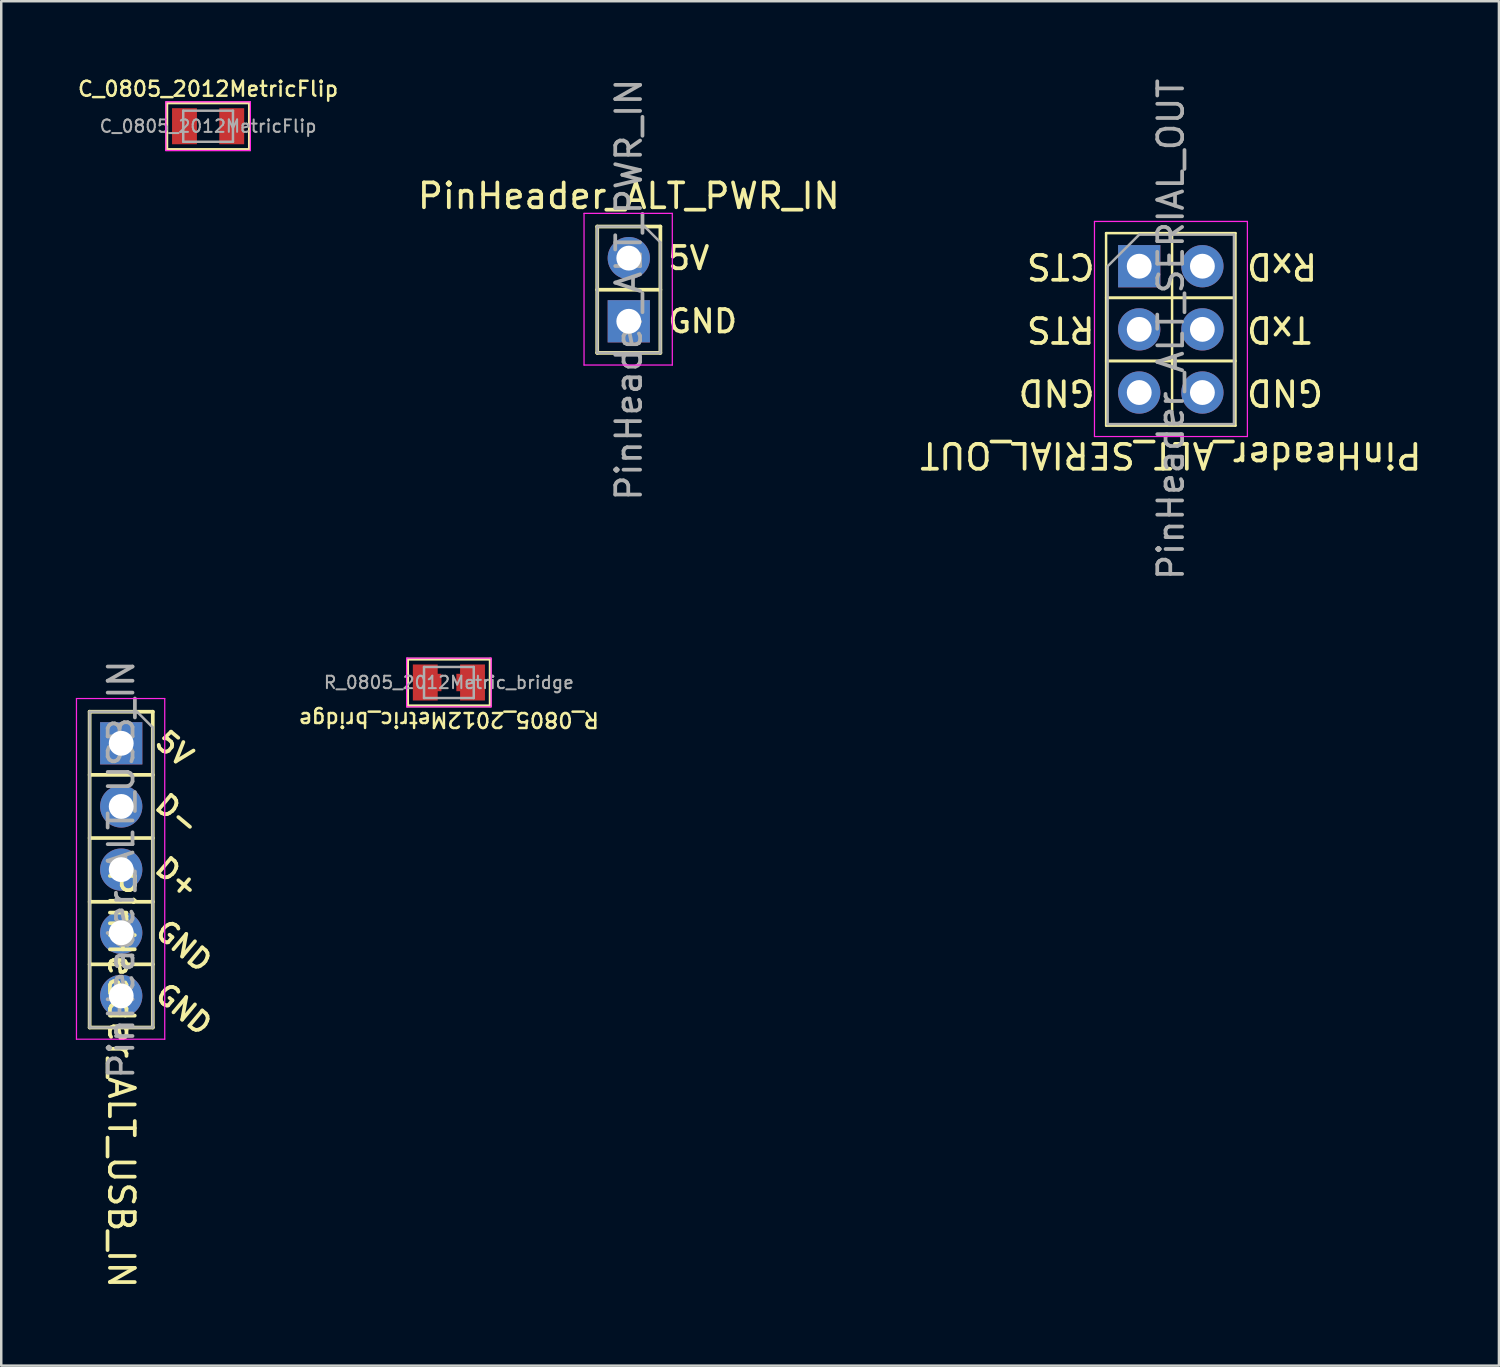
<source format=kicad_pcb>
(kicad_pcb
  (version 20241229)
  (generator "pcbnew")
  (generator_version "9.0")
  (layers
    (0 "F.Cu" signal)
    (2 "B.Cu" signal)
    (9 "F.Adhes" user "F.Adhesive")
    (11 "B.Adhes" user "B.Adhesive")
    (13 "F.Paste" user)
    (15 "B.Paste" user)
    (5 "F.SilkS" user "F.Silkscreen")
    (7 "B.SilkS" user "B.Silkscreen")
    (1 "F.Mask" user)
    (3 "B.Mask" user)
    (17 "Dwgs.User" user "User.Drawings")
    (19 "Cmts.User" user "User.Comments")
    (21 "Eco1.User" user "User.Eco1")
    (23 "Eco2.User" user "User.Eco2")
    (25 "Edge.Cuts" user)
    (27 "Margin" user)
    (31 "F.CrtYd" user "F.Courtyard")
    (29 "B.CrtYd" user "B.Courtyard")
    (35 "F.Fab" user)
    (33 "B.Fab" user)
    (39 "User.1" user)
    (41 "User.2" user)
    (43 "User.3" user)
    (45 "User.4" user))
  (footprint "PinHeader_ALT_SERIAL_OUT"
    (layer "F.Cu")
    (at 42.766 7.656)
    (property "Reference" "PinHeader_ALT_SERIAL_OUT" (at 1.27 7.6 180) (unlocked yes) (layer "F.SilkS") (effects (font (size 1 1) (thickness 0.15))))
    (attr through_hole)
    (fp_line (start -1.333 -1.33) (end -1.33 6.41) (stroke (width 0.1) (type solid)) (layer "F.SilkS"))
    (fp_line (start -1.333 -1.33) (end 3.87 -1.33) (stroke (width 0.1) (type solid)) (layer "F.SilkS"))
    (fp_line (start -1.33 6.41) (end 3.87 6.41) (stroke (width 0.1) (type solid)) (layer "F.SilkS"))
    (fp_line (start -1.321 1.27) (end 3.81 1.27) (stroke (width 0.12) (type solid)) (layer "F.SilkS"))
    (fp_line (start -1.321 3.81) (end 3.861 3.81) (stroke (width 0.12) (type solid)) (layer "F.SilkS"))
    (fp_line (start 1.321 -1.321) (end 1.321 6.35) (stroke (width 0.1) (type solid)) (layer "F.SilkS"))
    (fp_line (start 3.87 -1.33) (end 3.87 6.41) (stroke (width 0.1) (type solid)) (layer "F.SilkS"))
    (fp_line (start -1.8 -1.8) (end -1.8 6.85) (stroke (width 0.05) (type solid)) (layer "F.CrtYd"))
    (fp_line (start -1.8 6.85) (end 4.35 6.85) (stroke (width 0.05) (type solid)) (layer "F.CrtYd"))
    (fp_line (start 4.35 -1.8) (end -1.8 -1.8) (stroke (width 0.05) (type solid)) (layer "F.CrtYd"))
    (fp_line (start 4.35 6.85) (end 4.35 -1.8) (stroke (width 0.05) (type solid)) (layer "F.CrtYd"))
    (fp_line (start -1.27 0) (end 0 -1.27) (stroke (width 0.1) (type solid)) (layer "F.Fab"))
    (fp_line (start -1.27 6.35) (end -1.27 0) (stroke (width 0.1) (type solid)) (layer "F.Fab"))
    (fp_line (start 0 -1.27) (end 3.81 -1.27) (stroke (width 0.1) (type solid)) (layer "F.Fab"))
    (fp_line (start 3.81 -1.27) (end 3.81 6.35) (stroke (width 0.1) (type solid)) (layer "F.Fab"))
    (fp_line (start 3.81 6.35) (end -1.27 6.35) (stroke (width 0.1) (type solid)) (layer "F.Fab"))
    (fp_text user "RTS" (at -1.7 2.54 180) (unlocked yes) (layer "F.SilkS") (effects (font (size 1 1) (thickness 0.15)) (justify left)))
    (fp_text user "GND" (at -1.7 5.08 180) (unlocked yes) (layer "F.SilkS") (effects (font (size 1 1) (thickness 0.15)) (justify left)))
    (fp_text user "RxD" (at 4.24 0 180) (unlocked yes) (layer "F.SilkS") (effects (font (size 1 1) (thickness 0.15)) (justify right)))
    (fp_text user "TxD" (at 4.24 2.54 180) (unlocked yes) (layer "F.SilkS") (effects (font (size 1 1) (thickness 0.15)) (justify right)))
    (fp_text user "GND" (at 4.24 5.08 180) (unlocked yes) (layer "F.SilkS") (effects (font (size 1 1) (thickness 0.15)) (justify right)))
    (fp_text user "CTS" (at -1.7 0 180) (unlocked yes) (layer "F.SilkS") (effects (font (size 1 1) (thickness 0.15)) (justify left)))
    (fp_text user "${REFERENCE}" (at 1.27 2.54 90) (layer "F.Fab") (effects (font (size 1 1) (thickness 0.15))))
    (pad "1" thru_hole rect (at 0 0) (size 1.7 1.7) (drill 1) (layers "*.Cu" "*.Mask"))
    (pad "2" thru_hole oval (at 2.54 0) (size 1.7 1.7) (drill 1) (layers "*.Cu" "*.Mask"))
    (pad "3" thru_hole oval (at 0 2.54) (size 1.7 1.7) (drill 1) (layers "*.Cu" "*.Mask"))
    (pad "4" thru_hole oval (at 2.54 2.54) (size 1.7 1.7) (drill 1) (layers "*.Cu" "*.Mask"))
    (pad "5" thru_hole oval (at 0 5.08) (size 1.7 1.7) (drill 1) (layers "*.Cu" "*.Mask"))
    (pad "6" thru_hole oval (at 2.54 5.08) (size 1.7 1.7) (drill 1) (layers "*.Cu" "*.Mask")))
  (footprint "PinHeader_ALT_PWR_IN"
    (layer "F.Cu")
    (at 22.238 7.331)
    (property "Reference" "PinHeader_ALT_PWR_IN" (at 0 -2.5 0) (unlocked yes) (layer "F.SilkS") (effects (font (size 1 1) (thickness 0.15))))
    (attr through_hole)
    (fp_line (start -1.27 -1.27) (end -1.27 3.81) (stroke (width 0.15) (type solid)) (layer "F.SilkS"))
    (fp_line (start -1.27 -1.27) (end 1.27 -1.27) (stroke (width 0.15) (type solid)) (layer "F.SilkS"))
    (fp_line (start -1.27 1.27) (end 1.27 1.27) (stroke (width 0.15) (type solid)) (layer "F.SilkS"))
    (fp_line (start -1.27 3.81) (end 1.27 3.81) (stroke (width 0.15) (type solid)) (layer "F.SilkS"))
    (fp_line (start 1.27 3.81) (end 1.27 -1.27) (stroke (width 0.15) (type solid)) (layer "F.SilkS"))
    (fp_line (start -1.8 -1.8) (end 1.75 -1.8) (stroke (width 0.05) (type solid)) (layer "F.CrtYd"))
    (fp_line (start -1.8 4.3) (end -1.8 -1.8) (stroke (width 0.05) (type solid)) (layer "F.CrtYd"))
    (fp_line (start 1.75 -1.8) (end 1.75 4.3) (stroke (width 0.05) (type solid)) (layer "F.CrtYd"))
    (fp_line (start 1.75 4.3) (end -1.8 4.3) (stroke (width 0.05) (type solid)) (layer "F.CrtYd"))
    (fp_line (start -1.27 -1.27) (end 0.635 -1.27) (stroke (width 0.1) (type solid)) (layer "F.Fab"))
    (fp_line (start -1.27 3.81) (end -1.27 -1.27) (stroke (width 0.1) (type solid)) (layer "F.Fab"))
    (fp_line (start 0.635 -1.27) (end 1.27 -0.635) (stroke (width 0.1) (type solid)) (layer "F.Fab"))
    (fp_line (start 1.27 -0.635) (end 1.27 3.81) (stroke (width 0.1) (type solid)) (layer "F.Fab"))
    (fp_line (start 1.27 3.81) (end -1.27 3.81) (stroke (width 0.1) (type solid)) (layer "F.Fab"))
    (fp_text user "5V" (at 1.5 0 0) (unlocked yes) (layer "F.SilkS") (effects (font (size 0.9 0.9) (thickness 0.15)) (justify left)))
    (fp_text user "GND" (at 1.5 2.54 0) (unlocked yes) (layer "F.SilkS") (effects (font (size 0.9 0.9) (thickness 0.15)) (justify left)))
    (fp_text user "${REFERENCE}" (at 0 1.27 90) (layer "F.Fab") (effects (font (size 1 1) (thickness 0.15))))
    (pad "1" thru_hole circle (at 0 0) (size 1.7 1.7) (drill 1) (layers "*.Cu" "*.Mask"))
    (pad "2" thru_hole rect (at 0 2.54 90) (size 1.7 1.7) (drill 1) (layers "*.Cu" "*.Mask")))
  (footprint "PinHeader_ALT_USB_IN"
    (layer "F.Cu")
    (at 1.825 26.843)
    (property "Reference" "PinHeader_ALT_USB_IN" (at 0 13.5 270) (unlocked yes) (layer "F.SilkS") (effects (font (size 1 1) (thickness 0.15))))
    (attr through_hole)
    (fp_line (start -1.27 -1.27) (end -1.27 11.43) (stroke (width 0.15) (type solid)) (layer "F.SilkS"))
    (fp_line (start -1.27 -1.27) (end 1.27 -1.27) (stroke (width 0.15) (type solid)) (layer "F.SilkS"))
    (fp_line (start -1.27 1.27) (end 1.27 1.27) (stroke (width 0.15) (type solid)) (layer "F.SilkS"))
    (fp_line (start -1.27 3.81) (end 1.27 3.81) (stroke (width 0.15) (type solid)) (layer "F.SilkS"))
    (fp_line (start -1.27 6.375) (end 1.27 6.375) (stroke (width 0.15) (type solid)) (layer "F.SilkS"))
    (fp_line (start -1.27 8.89) (end 1.27 8.89) (stroke (width 0.15) (type solid)) (layer "F.SilkS"))
    (fp_line (start -1.27 11.43) (end 1.27 11.43) (stroke (width 0.15) (type solid)) (layer "F.SilkS"))
    (fp_line (start 1.27 11.43) (end 1.27 -1.27) (stroke (width 0.15) (type solid)) (layer "F.SilkS"))
    (fp_line (start -1.8 -1.8) (end 1.75 -1.8) (stroke (width 0.05) (type solid)) (layer "F.CrtYd"))
    (fp_line (start -1.8 11.9) (end -1.8 -1.8) (stroke (width 0.05) (type solid)) (layer "F.CrtYd"))
    (fp_line (start 1.75 -1.8) (end 1.75 11.9) (stroke (width 0.05) (type solid)) (layer "F.CrtYd"))
    (fp_line (start 1.75 11.9) (end -1.8 11.9) (stroke (width 0.05) (type solid)) (layer "F.CrtYd"))
    (fp_line (start -1.27 -1.27) (end 0.635 -1.27) (stroke (width 0.1) (type solid)) (layer "F.Fab"))
    (fp_line (start -1.27 11.43) (end -1.27 -1.27) (stroke (width 0.1) (type solid)) (layer "F.Fab"))
    (fp_line (start 0.635 -1.27) (end 1.27 -0.635) (stroke (width 0.1) (type solid)) (layer "F.Fab"))
    (fp_line (start 1.27 -0.635) (end 1.27 11.43) (stroke (width 0.1) (type solid)) (layer "F.Fab"))
    (fp_line (start 1.27 11.43) (end -1.27 11.43) (stroke (width 0.1) (type solid)) (layer "F.Fab"))
    (fp_text user "GND" (at 1.5 9.842 320) (unlocked yes) (layer "F.SilkS") (effects (font (size 0.8 0.8) (thickness 0.15)) (justify left)))
    (fp_text user "GND" (at 1.5 7.303 320) (unlocked yes) (layer "F.SilkS") (effects (font (size 0.8 0.8) (thickness 0.15)) (justify left)))
    (fp_text user "D+" (at 1.5 4.763 320) (unlocked yes) (layer "F.SilkS") (effects (font (size 0.8 0.8) (thickness 0.15)) (justify left)))
    (fp_text user "D-" (at 1.5 2.223 320) (unlocked yes) (layer "F.SilkS") (effects (font (size 0.8 0.8) (thickness 0.15)) (justify left)))
    (fp_text user "5V" (at 1.5 -0.318 320) (unlocked yes) (layer "F.SilkS") (effects (font (size 0.8 0.8) (thickness 0.15)) (justify left)))
    (fp_text user "${REFERENCE}" (at 0 5.08 90) (layer "F.Fab") (effects (font (size 1 1) (thickness 0.15))))
    (pad "1" thru_hole rect (at 0 0) (size 1.7 1.7) (drill 1) (layers "*.Cu" "*.Mask"))
    (pad "2" thru_hole oval (at 0 2.54) (size 1.7 1.7) (drill 1) (layers "*.Cu" "*.Mask"))
    (pad "3" thru_hole oval (at 0 5.08) (size 1.7 1.7) (drill 1) (layers "*.Cu" "*.Mask"))
    (pad "4" thru_hole oval (at 0 7.62) (size 1.7 1.7) (drill 1) (layers "*.Cu" "*.Mask"))
    (pad "5" thru_hole oval (at 0 10.16) (size 1.7 1.7) (drill 1) (layers "*.Cu" "*.Mask")))
  (footprint "R_0805_2012Metric_bridge"
    (layer "F.Cu")
    (at 15.003 24.398)
    (property "Reference" "R_0805_2012Metric_bridge" (at 0 1.5 180) (unlocked yes) (layer "F.SilkS") (effects (font (size 0.6 0.6) (thickness 0.1))))
    (attr smd)
    (fp_line (start -1.664 -0.94) (end 1.664 -0.94) (stroke (width 0.12) (type solid)) (layer "F.SilkS"))
    (fp_line (start -1.664 0.94) (end -1.664 -0.94) (stroke (width 0.12) (type solid)) (layer "F.SilkS"))
    (fp_line (start 1.664 -0.94) (end 1.664 0.94) (stroke (width 0.12) (type solid)) (layer "F.SilkS"))
    (fp_line (start 1.664 0.94) (end -1.664 0.94) (stroke (width 0.12) (type solid)) (layer "F.SilkS"))
    (fp_line (start -1.7 -0.98) (end 1.7 -0.98) (stroke (width 0.05) (type solid)) (layer "F.CrtYd"))
    (fp_line (start -1.7 0.98) (end -1.7 -0.98) (stroke (width 0.05) (type solid)) (layer "F.CrtYd"))
    (fp_line (start 1.7 -0.98) (end 1.7 0.98) (stroke (width 0.05) (type solid)) (layer "F.CrtYd"))
    (fp_line (start 1.7 0.98) (end -1.7 0.98) (stroke (width 0.05) (type solid)) (layer "F.CrtYd"))
    (fp_line (start -1 -0.625) (end 1 -0.625) (stroke (width 0.1) (type solid)) (layer "F.Fab"))
    (fp_line (start -1 0.625) (end -1 -0.625) (stroke (width 0.1) (type solid)) (layer "F.Fab"))
    (fp_line (start 1 -0.625) (end 1 0.625) (stroke (width 0.1) (type solid)) (layer "F.Fab"))
    (fp_line (start 1 0.625) (end -1 0.625) (stroke (width 0.1) (type solid)) (layer "F.Fab"))
    (fp_text user "${REFERENCE}" (at 0 0 0) (layer "F.Fab") (effects (font (size 0.5 0.5) (thickness 0.08))))
    (pad "1" smd rect (at -0.95 0) (size 1 1.45) (layers "F.Cu" "F.Mask" "F.Paste"))
    (pad "1" smd rect (at -0.8 0 180) (size 1 0.7) (layers "F.Cu" "F.Mask" "F.Paste"))
    (pad "2" smd rect (at 0.8 0) (size 1 0.7) (layers "F.Cu" "F.Mask" "F.Paste"))
    (pad "2" smd rect (at 0.95 0) (size 1 1.45) (layers "F.Cu" "F.Mask" "F.Paste")))
  (footprint "C_0805_2012MetricFlip"
    (layer "F.Cu")
    (at 5.319 2.026)
    (property "Reference" "C_0805_2012MetricFlip" (at 0 -1.5 0) (unlocked yes) (layer "F.SilkS") (effects (font (size 0.6 0.6) (thickness 0.1))))
    (attr smd)
    (fp_line (start -1.664 -0.94) (end 1.664 -0.94) (stroke (width 0.12) (type solid)) (layer "F.SilkS"))
    (fp_line (start -1.664 0.94) (end -1.664 -0.94) (stroke (width 0.12) (type solid)) (layer "F.SilkS"))
    (fp_line (start 1.664 -0.94) (end 1.664 0.94) (stroke (width 0.12) (type solid)) (layer "F.SilkS"))
    (fp_line (start 1.664 0.94) (end -1.664 0.94) (stroke (width 0.12) (type solid)) (layer "F.SilkS"))
    (fp_line (start -1.7 -0.98) (end 1.7 -0.98) (stroke (width 0.05) (type solid)) (layer "F.CrtYd"))
    (fp_line (start -1.7 0.98) (end -1.7 -0.98) (stroke (width 0.05) (type solid)) (layer "F.CrtYd"))
    (fp_line (start 1.7 -0.98) (end 1.7 0.98) (stroke (width 0.05) (type solid)) (layer "F.CrtYd"))
    (fp_line (start 1.7 0.98) (end -1.7 0.98) (stroke (width 0.05) (type solid)) (layer "F.CrtYd"))
    (fp_line (start -1 -0.625) (end 1 -0.625) (stroke (width 0.1) (type solid)) (layer "F.Fab"))
    (fp_line (start -1 0.625) (end -1 -0.625) (stroke (width 0.1) (type solid)) (layer "F.Fab"))
    (fp_line (start 1 -0.625) (end 1 0.625) (stroke (width 0.1) (type solid)) (layer "F.Fab"))
    (fp_line (start 1 0.625) (end -1 0.625) (stroke (width 0.1) (type solid)) (layer "F.Fab"))
    (fp_text user "${REFERENCE}" (at 0 0 0) (layer "F.Fab") (effects (font (size 0.5 0.5) (thickness 0.08))))
    (pad "1" smd rect (at -0.95 0) (size 1 1.45) (layers "F.Cu" "F.Mask" "F.Paste"))
    (pad "2" smd rect (at 0.95 0) (size 1 1.45) (layers "F.Cu" "F.Mask" "F.Paste")))
  (gr_rect
    (start -3 -3)
    (end 57.232 51.872)
    (stroke (width 0.1) (type default))
    (fill no)
    (layer "Edge.Cuts")))
</source>
